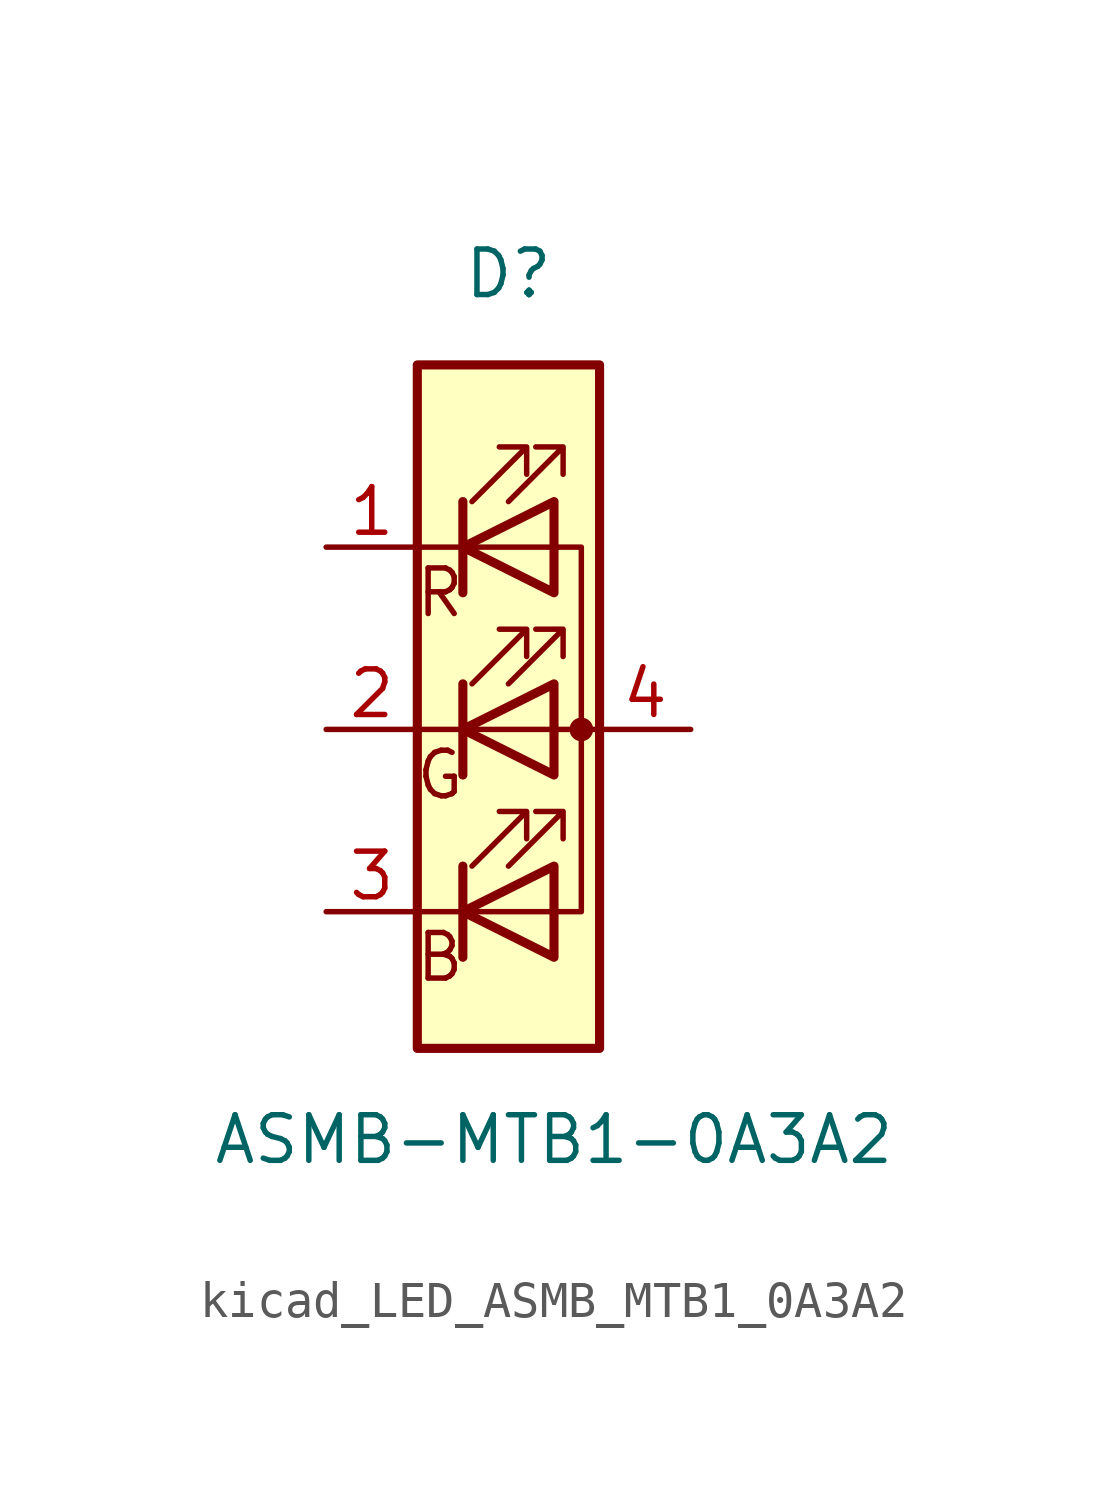
<source format=kicad_sym>
(kicad_symbol_lib
  (version 20220914)
  (generator kicad_symbol_editor)
  (symbol "kicad_LED_ASMB_MTB1_0A3A2"
    (pin_names
      (offset 0) hide)
    (property "Reference" "D"
      (at 0 12.7 0)
      (effects (font (size 1.27 1.27))))
    (property "Value" "ASMB-MTB1-0A3A2"
      (at 1.27 -11.43 0)
      (effects (font (size 1.27 1.27))))
    (symbol "kicad_LED_ASMB_MTB1_0A3A2_0_0"
      (text "B" (at -1.905 -6.35 0) (effects (font (size 1.27 1.27))))
      (text "G" (at -1.905 -1.27 0) (effects (font (size 1.27 1.27))))
      (text "R" (at -1.905 3.81 0) (effects (font (size 1.27 1.27)))))
    (symbol "kicad_LED_ASMB_MTB1_0A3A2_0_1"
      (polyline (pts (xy -2.54 -5.08) (xy 1.27 -5.08)) (stroke (width 0) (type default)) (fill (type none)))
      (polyline (pts (xy -1.27 -3.81) (xy -1.27 -6.35)) (stroke (width 0.254) (type default)) (fill (type none)))
      (polyline (pts (xy -1.27 1.27) (xy -1.27 -1.27)) (stroke (width 0.254) (type default)) (fill (type none)))
      (polyline (pts (xy -1.27 6.35) (xy -1.27 3.81)) (stroke (width 0.254) (type default)) (fill (type none)))
      (polyline (pts (xy 1.27 5.08) (xy -2.54 5.08)) (stroke (width 0) (type default)) (fill (type none)))
      (polyline (pts (xy 2.54 0) (xy -2.54 0)) (stroke (width 0) (type default)) (fill (type none)))
      (polyline (pts (xy 1.27 -5.08) (xy 2.032 -5.08) (xy 2.032 5.08) (xy 1.27 5.08)) (stroke (width 0) (type default)) (fill (type none)))
      (polyline (pts (xy 1.27 -3.81) (xy 1.27 -6.35) (xy -1.27 -5.08) (xy 1.27 -3.81)) (stroke (width 0.254) (type default)) (fill (type none)))
      (polyline (pts (xy 1.27 1.27) (xy 1.27 -1.27) (xy -1.27 0) (xy 1.27 1.27)) (stroke (width 0.254) (type default)) (fill (type none)))
      (polyline (pts (xy 1.27 6.35) (xy 1.27 3.81) (xy -1.27 5.08) (xy 1.27 6.35)) (stroke (width 0.254) (type default)) (fill (type none)))
      (polyline (pts (xy -1.016 -3.81) (xy 0.508 -2.286) (xy -0.254 -2.286) (xy 0.508 -2.286) (xy 0.508 -3.048)) (stroke (width 0) (type default)) (fill (type none)))
      (polyline (pts (xy -1.016 1.27) (xy 0.508 2.794) (xy -0.254 2.794) (xy 0.508 2.794) (xy 0.508 2.032)) (stroke (width 0) (type default)) (fill (type none)))
      (polyline (pts (xy -1.016 6.35) (xy 0.508 7.874) (xy -0.254 7.874) (xy 0.508 7.874) (xy 0.508 7.112)) (stroke (width 0) (type default)) (fill (type none)))
      (polyline (pts (xy 0 -3.81) (xy 1.524 -2.286) (xy 0.762 -2.286) (xy 1.524 -2.286) (xy 1.524 -3.048)) (stroke (width 0) (type default)) (fill (type none)))
      (polyline (pts (xy 0 1.27) (xy 1.524 2.794) (xy 0.762 2.794) (xy 1.524 2.794) (xy 1.524 2.032)) (stroke (width 0) (type default)) (fill (type none)))
      (polyline (pts (xy 0 6.35) (xy 1.524 7.874) (xy 0.762 7.874) (xy 1.524 7.874) (xy 1.524 7.112)) (stroke (width 0) (type default)) (fill (type none)))
      (rectangle (start 1.27 6.35) (end 1.27 6.35) (stroke (width 0) (type default)) (fill (type none)))
      (circle (center 2.032 0) (radius 0.254) (stroke (width 0) (type default)) (fill (type outline)))
      (rectangle (start 2.54 -8.89) (end -2.54 10.16) (stroke (width 0.254) (type default)) (fill (type background))))
    (symbol "kicad_LED_ASMB_MTB1_0A3A2_1_1"
      (pin passive line (at -5.08 5.08 0) (length 2.54) (name "RK" (effects (font (size 1.27 1.27)))) (number "1" (effects (font (size 1.27 1.27)))))
      (pin passive line (at -5.08 0 0) (length 2.54) (name "GK" (effects (font (size 1.27 1.27)))) (number "2" (effects (font (size 1.27 1.27)))))
      (pin passive line (at -5.08 -5.08 0) (length 2.54) (name "BK" (effects (font (size 1.27 1.27)))) (number "3" (effects (font (size 1.27 1.27)))))
      (pin passive line (at 5.08 0 180) (length 2.54) (name "A" (effects (font (size 1.27 1.27)))) (number "4" (effects (font (size 1.27 1.27))))))))
</source>
